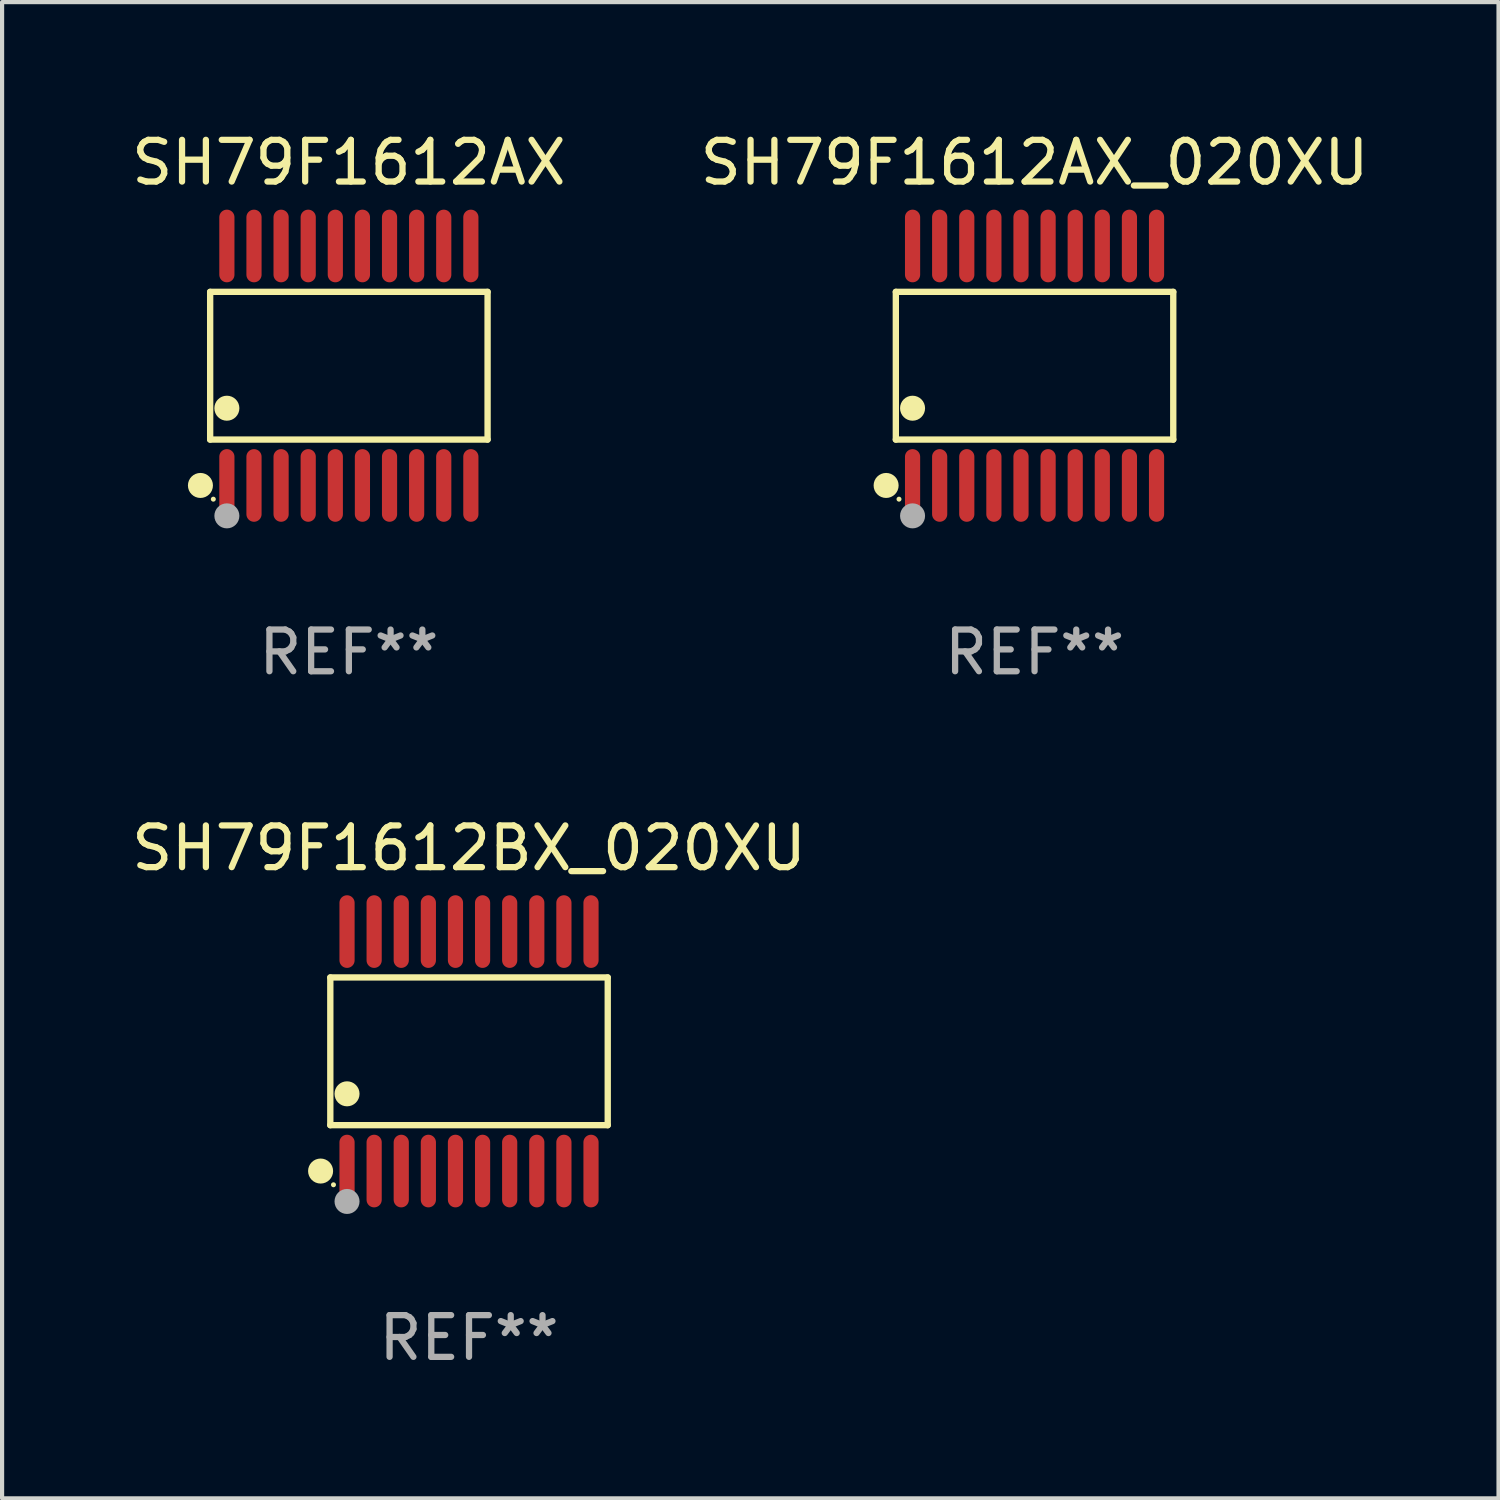
<source format=kicad_pcb>
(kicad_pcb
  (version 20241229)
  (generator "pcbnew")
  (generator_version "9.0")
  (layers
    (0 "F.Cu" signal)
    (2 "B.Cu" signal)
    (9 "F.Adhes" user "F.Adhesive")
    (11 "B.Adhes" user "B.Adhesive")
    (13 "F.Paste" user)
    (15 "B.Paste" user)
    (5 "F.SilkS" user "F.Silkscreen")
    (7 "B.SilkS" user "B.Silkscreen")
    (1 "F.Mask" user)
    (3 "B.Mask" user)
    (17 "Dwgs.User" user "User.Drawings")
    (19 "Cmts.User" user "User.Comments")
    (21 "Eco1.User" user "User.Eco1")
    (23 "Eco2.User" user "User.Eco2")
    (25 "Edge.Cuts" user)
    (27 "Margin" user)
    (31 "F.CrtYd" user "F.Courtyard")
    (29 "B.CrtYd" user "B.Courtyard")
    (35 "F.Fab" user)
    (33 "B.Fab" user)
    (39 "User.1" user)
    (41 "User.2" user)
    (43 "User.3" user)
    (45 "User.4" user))
  (footprint "SH79F1612BX_020XU"
    (layer "F.Cu")
    (at 8.196 22.158)
    (property "Reference" "SH79F1612BX_020XU" (at 0 -4.871 0) (layer "F.SilkS") (effects (font (size 1 1) (thickness 0.15))))
    (attr through_hole)
    (fp_line (start -3.326 -1.771) (end 3.326 -1.771) (stroke (width 0.152) (type solid)) (layer "F.SilkS"))
    (fp_line (start -3.326 1.771) (end -3.326 -1.771) (stroke (width 0.152) (type solid)) (layer "F.SilkS"))
    (fp_line (start 3.326 -1.771) (end 3.326 1.771) (stroke (width 0.152) (type solid)) (layer "F.SilkS"))
    (fp_line (start 3.326 1.771) (end -3.326 1.771) (stroke (width 0.152) (type solid)) (layer "F.SilkS"))
    (fp_circle (center -3.559 2.871) (end -3.409 2.871) (stroke (width 0.3) (type solid)) (fill no) (layer "F.SilkS"))
    (fp_circle (center -3.25 3.2) (end -3.22 3.2) (stroke (width 0.06) (type solid)) (fill no) (layer "F.SilkS"))
    (fp_circle (center -2.925 1.019) (end -2.775 1.019) (stroke (width 0.3) (type solid)) (fill no) (layer "F.SilkS"))
    (fp_circle (center -2.925 3.6) (end -2.775 3.6) (stroke (width 0.3) (type solid)) (fill no) (layer "F.Fab"))
    (fp_text user "REF**" (at 0 6.871 0) (layer "F.Fab") (effects (font (size 1 1) (thickness 0.15))))
    (pad "1" smd oval (at -2.925 2.871) (size 0.364 1.742) (layers "F.Cu" "F.Mask" "F.Paste"))
    (pad "2" smd oval (at -2.275 2.871) (size 0.364 1.742) (layers "F.Cu" "F.Mask" "F.Paste"))
    (pad "3" smd oval (at -1.625 2.871) (size 0.364 1.742) (layers "F.Cu" "F.Mask" "F.Paste"))
    (pad "4" smd oval (at -0.975 2.871) (size 0.364 1.742) (layers "F.Cu" "F.Mask" "F.Paste"))
    (pad "5" smd oval (at -0.325 2.871) (size 0.364 1.742) (layers "F.Cu" "F.Mask" "F.Paste"))
    (pad "6" smd oval (at 0.325 2.871) (size 0.364 1.742) (layers "F.Cu" "F.Mask" "F.Paste"))
    (pad "7" smd oval (at 0.975 2.871) (size 0.364 1.742) (layers "F.Cu" "F.Mask" "F.Paste"))
    (pad "8" smd oval (at 1.625 2.871) (size 0.364 1.742) (layers "F.Cu" "F.Mask" "F.Paste"))
    (pad "9" smd oval (at 2.275 2.871) (size 0.364 1.742) (layers "F.Cu" "F.Mask" "F.Paste"))
    (pad "10" smd oval (at 2.925 2.871) (size 0.364 1.742) (layers "F.Cu" "F.Mask" "F.Paste"))
    (pad "11" smd oval (at 2.925 -2.871) (size 0.364 1.742) (layers "F.Cu" "F.Mask" "F.Paste"))
    (pad "12" smd oval (at 2.275 -2.871) (size 0.364 1.742) (layers "F.Cu" "F.Mask" "F.Paste"))
    (pad "13" smd oval (at 1.625 -2.871) (size 0.364 1.742) (layers "F.Cu" "F.Mask" "F.Paste"))
    (pad "14" smd oval (at 0.975 -2.871) (size 0.364 1.742) (layers "F.Cu" "F.Mask" "F.Paste"))
    (pad "15" smd oval (at 0.325 -2.871) (size 0.364 1.742) (layers "F.Cu" "F.Mask" "F.Paste"))
    (pad "16" smd oval (at -0.325 -2.871) (size 0.364 1.742) (layers "F.Cu" "F.Mask" "F.Paste"))
    (pad "17" smd oval (at -0.975 -2.871) (size 0.364 1.742) (layers "F.Cu" "F.Mask" "F.Paste"))
    (pad "18" smd oval (at -1.625 -2.871) (size 0.364 1.742) (layers "F.Cu" "F.Mask" "F.Paste"))
    (pad "19" smd oval (at -2.275 -2.871) (size 0.364 1.742) (layers "F.Cu" "F.Mask" "F.Paste"))
    (pad "20" smd oval (at -2.925 -2.871) (size 0.364 1.742) (layers "F.Cu" "F.Mask" "F.Paste")))
  (footprint "SH79F1612AX_020XU"
    (layer "F.Cu")
    (at 21.756 5.719)
    (property "Reference" "SH79F1612AX_020XU" (at 0 -4.871 0) (layer "F.SilkS") (effects (font (size 1 1) (thickness 0.15))))
    (attr through_hole)
    (fp_line (start -3.326 -1.771) (end 3.326 -1.771) (stroke (width 0.152) (type solid)) (layer "F.SilkS"))
    (fp_line (start -3.326 1.771) (end -3.326 -1.771) (stroke (width 0.152) (type solid)) (layer "F.SilkS"))
    (fp_line (start 3.326 -1.771) (end 3.326 1.771) (stroke (width 0.152) (type solid)) (layer "F.SilkS"))
    (fp_line (start 3.326 1.771) (end -3.326 1.771) (stroke (width 0.152) (type solid)) (layer "F.SilkS"))
    (fp_circle (center -3.559 2.871) (end -3.409 2.871) (stroke (width 0.3) (type solid)) (fill no) (layer "F.SilkS"))
    (fp_circle (center -3.25 3.2) (end -3.22 3.2) (stroke (width 0.06) (type solid)) (fill no) (layer "F.SilkS"))
    (fp_circle (center -2.925 1.019) (end -2.775 1.019) (stroke (width 0.3) (type solid)) (fill no) (layer "F.SilkS"))
    (fp_circle (center -2.925 3.6) (end -2.775 3.6) (stroke (width 0.3) (type solid)) (fill no) (layer "F.Fab"))
    (fp_text user "REF**" (at 0 6.871 0) (layer "F.Fab") (effects (font (size 1 1) (thickness 0.15))))
    (pad "1" smd oval (at -2.925 2.871) (size 0.364 1.742) (layers "F.Cu" "F.Mask" "F.Paste"))
    (pad "2" smd oval (at -2.275 2.871) (size 0.364 1.742) (layers "F.Cu" "F.Mask" "F.Paste"))
    (pad "3" smd oval (at -1.625 2.871) (size 0.364 1.742) (layers "F.Cu" "F.Mask" "F.Paste"))
    (pad "4" smd oval (at -0.975 2.871) (size 0.364 1.742) (layers "F.Cu" "F.Mask" "F.Paste"))
    (pad "5" smd oval (at -0.325 2.871) (size 0.364 1.742) (layers "F.Cu" "F.Mask" "F.Paste"))
    (pad "6" smd oval (at 0.325 2.871) (size 0.364 1.742) (layers "F.Cu" "F.Mask" "F.Paste"))
    (pad "7" smd oval (at 0.975 2.871) (size 0.364 1.742) (layers "F.Cu" "F.Mask" "F.Paste"))
    (pad "8" smd oval (at 1.625 2.871) (size 0.364 1.742) (layers "F.Cu" "F.Mask" "F.Paste"))
    (pad "9" smd oval (at 2.275 2.871) (size 0.364 1.742) (layers "F.Cu" "F.Mask" "F.Paste"))
    (pad "10" smd oval (at 2.925 2.871) (size 0.364 1.742) (layers "F.Cu" "F.Mask" "F.Paste"))
    (pad "11" smd oval (at 2.925 -2.871) (size 0.364 1.742) (layers "F.Cu" "F.Mask" "F.Paste"))
    (pad "12" smd oval (at 2.275 -2.871) (size 0.364 1.742) (layers "F.Cu" "F.Mask" "F.Paste"))
    (pad "13" smd oval (at 1.625 -2.871) (size 0.364 1.742) (layers "F.Cu" "F.Mask" "F.Paste"))
    (pad "14" smd oval (at 0.975 -2.871) (size 0.364 1.742) (layers "F.Cu" "F.Mask" "F.Paste"))
    (pad "15" smd oval (at 0.325 -2.871) (size 0.364 1.742) (layers "F.Cu" "F.Mask" "F.Paste"))
    (pad "16" smd oval (at -0.325 -2.871) (size 0.364 1.742) (layers "F.Cu" "F.Mask" "F.Paste"))
    (pad "17" smd oval (at -0.975 -2.871) (size 0.364 1.742) (layers "F.Cu" "F.Mask" "F.Paste"))
    (pad "18" smd oval (at -1.625 -2.871) (size 0.364 1.742) (layers "F.Cu" "F.Mask" "F.Paste"))
    (pad "19" smd oval (at -2.275 -2.871) (size 0.364 1.742) (layers "F.Cu" "F.Mask" "F.Paste"))
    (pad "20" smd oval (at -2.925 -2.871) (size 0.364 1.742) (layers "F.Cu" "F.Mask" "F.Paste")))
  (footprint "SH79F1612AX"
    (layer "F.Cu")
    (at 5.315 5.719)
    (property "Reference" "SH79F1612AX" (at 0 -4.871 0) (layer "F.SilkS") (effects (font (size 1 1) (thickness 0.15))))
    (attr through_hole)
    (fp_line (start -3.326 -1.771) (end 3.326 -1.771) (stroke (width 0.152) (type solid)) (layer "F.SilkS"))
    (fp_line (start -3.326 1.771) (end -3.326 -1.771) (stroke (width 0.152) (type solid)) (layer "F.SilkS"))
    (fp_line (start 3.326 -1.771) (end 3.326 1.771) (stroke (width 0.152) (type solid)) (layer "F.SilkS"))
    (fp_line (start 3.326 1.771) (end -3.326 1.771) (stroke (width 0.152) (type solid)) (layer "F.SilkS"))
    (fp_circle (center -3.559 2.871) (end -3.409 2.871) (stroke (width 0.3) (type solid)) (fill no) (layer "F.SilkS"))
    (fp_circle (center -3.25 3.2) (end -3.22 3.2) (stroke (width 0.06) (type solid)) (fill no) (layer "F.SilkS"))
    (fp_circle (center -2.925 1.019) (end -2.775 1.019) (stroke (width 0.3) (type solid)) (fill no) (layer "F.SilkS"))
    (fp_circle (center -2.925 3.6) (end -2.775 3.6) (stroke (width 0.3) (type solid)) (fill no) (layer "F.Fab"))
    (fp_text user "REF**" (at 0 6.871 0) (layer "F.Fab") (effects (font (size 1 1) (thickness 0.15))))
    (pad "1" smd oval (at -2.925 2.871) (size 0.364 1.742) (layers "F.Cu" "F.Mask" "F.Paste"))
    (pad "2" smd oval (at -2.275 2.871) (size 0.364 1.742) (layers "F.Cu" "F.Mask" "F.Paste"))
    (pad "3" smd oval (at -1.625 2.871) (size 0.364 1.742) (layers "F.Cu" "F.Mask" "F.Paste"))
    (pad "4" smd oval (at -0.975 2.871) (size 0.364 1.742) (layers "F.Cu" "F.Mask" "F.Paste"))
    (pad "5" smd oval (at -0.325 2.871) (size 0.364 1.742) (layers "F.Cu" "F.Mask" "F.Paste"))
    (pad "6" smd oval (at 0.325 2.871) (size 0.364 1.742) (layers "F.Cu" "F.Mask" "F.Paste"))
    (pad "7" smd oval (at 0.975 2.871) (size 0.364 1.742) (layers "F.Cu" "F.Mask" "F.Paste"))
    (pad "8" smd oval (at 1.625 2.871) (size 0.364 1.742) (layers "F.Cu" "F.Mask" "F.Paste"))
    (pad "9" smd oval (at 2.275 2.871) (size 0.364 1.742) (layers "F.Cu" "F.Mask" "F.Paste"))
    (pad "10" smd oval (at 2.925 2.871) (size 0.364 1.742) (layers "F.Cu" "F.Mask" "F.Paste"))
    (pad "11" smd oval (at 2.925 -2.871) (size 0.364 1.742) (layers "F.Cu" "F.Mask" "F.Paste"))
    (pad "12" smd oval (at 2.275 -2.871) (size 0.364 1.742) (layers "F.Cu" "F.Mask" "F.Paste"))
    (pad "13" smd oval (at 1.625 -2.871) (size 0.364 1.742) (layers "F.Cu" "F.Mask" "F.Paste"))
    (pad "14" smd oval (at 0.975 -2.871) (size 0.364 1.742) (layers "F.Cu" "F.Mask" "F.Paste"))
    (pad "15" smd oval (at 0.325 -2.871) (size 0.364 1.742) (layers "F.Cu" "F.Mask" "F.Paste"))
    (pad "16" smd oval (at -0.325 -2.871) (size 0.364 1.742) (layers "F.Cu" "F.Mask" "F.Paste"))
    (pad "17" smd oval (at -0.975 -2.871) (size 0.364 1.742) (layers "F.Cu" "F.Mask" "F.Paste"))
    (pad "18" smd oval (at -1.625 -2.871) (size 0.364 1.742) (layers "F.Cu" "F.Mask" "F.Paste"))
    (pad "19" smd oval (at -2.275 -2.871) (size 0.364 1.742) (layers "F.Cu" "F.Mask" "F.Paste"))
    (pad "20" smd oval (at -2.925 -2.871) (size 0.364 1.742) (layers "F.Cu" "F.Mask" "F.Paste")))
  (gr_rect
    (start -3 -3)
    (end 32.881 32.877)
    (stroke (width 0.1) (type default))
    (fill no)
    (layer "Edge.Cuts")))
</source>
